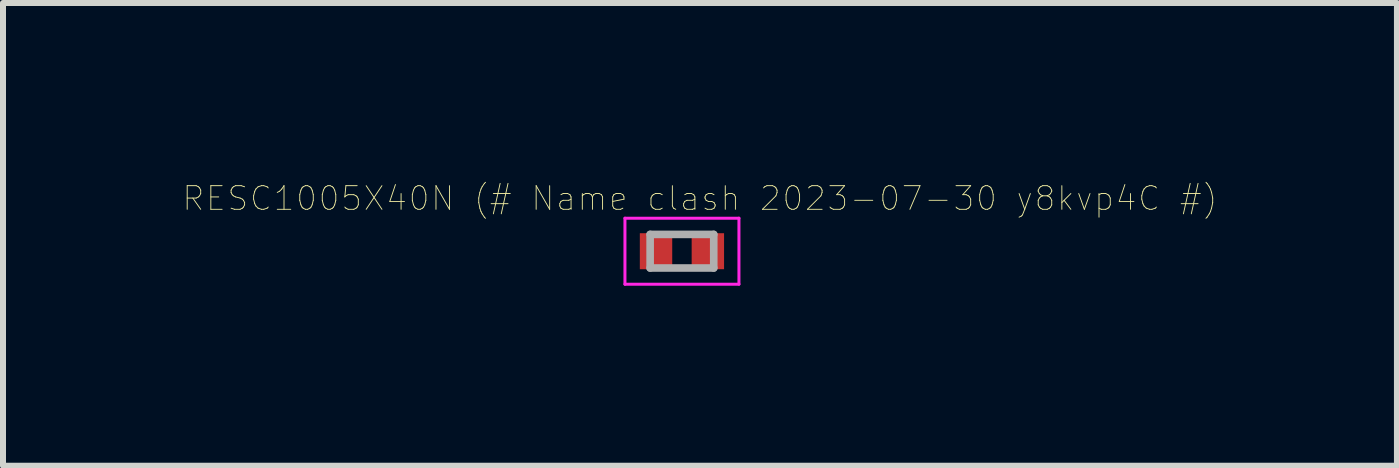
<source format=kicad_pcb>
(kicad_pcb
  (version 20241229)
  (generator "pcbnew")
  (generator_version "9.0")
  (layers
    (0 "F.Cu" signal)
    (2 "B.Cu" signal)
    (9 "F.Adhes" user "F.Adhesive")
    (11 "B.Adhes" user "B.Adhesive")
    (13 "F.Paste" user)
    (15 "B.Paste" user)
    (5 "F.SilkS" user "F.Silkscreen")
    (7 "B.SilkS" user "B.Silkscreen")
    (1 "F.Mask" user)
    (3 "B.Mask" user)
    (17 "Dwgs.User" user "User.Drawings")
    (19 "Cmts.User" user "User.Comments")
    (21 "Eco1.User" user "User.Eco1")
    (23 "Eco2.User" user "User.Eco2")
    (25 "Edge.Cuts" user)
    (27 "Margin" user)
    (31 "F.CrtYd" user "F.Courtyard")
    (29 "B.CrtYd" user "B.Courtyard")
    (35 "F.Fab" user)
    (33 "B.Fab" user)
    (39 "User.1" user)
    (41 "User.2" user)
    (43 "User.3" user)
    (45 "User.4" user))
  (footprint "RESC1005X40N (# Name clash 2023-07-30 y8kvp4C #)"
    (layer "F.Cu")
    (at 8.316 1.137)
    (property "Reference" "RESC1005X40N (# Name clash 2023-07-30 y8kvp4C #)" (at 0.3 -0.88 0) (layer "F.SilkS") (effects (font (size 0.394 0.394) (thickness 0.015))))
    (attr through_hole)
    (fp_line (start -0.95 -0.55) (end 0.95 -0.55) (stroke (width 0.05) (type solid)) (layer "F.CrtYd"))
    (fp_line (start -0.95 0.55) (end -0.95 -0.55) (stroke (width 0.05) (type solid)) (layer "F.CrtYd"))
    (fp_line (start -0.95 0.55) (end 0.95 0.55) (stroke (width 0.05) (type solid)) (layer "F.CrtYd"))
    (fp_line (start 0.95 0.55) (end 0.95 -0.55) (stroke (width 0.05) (type solid)) (layer "F.CrtYd"))
    (fp_line (start -0.53 0.28) (end -0.53 -0.28) (stroke (width 0.127) (type solid)) (layer "F.Fab"))
    (fp_line (start 0.53 -0.28) (end -0.53 -0.28) (stroke (width 0.127) (type solid)) (layer "F.Fab"))
    (fp_line (start 0.53 0.28) (end -0.53 0.28) (stroke (width 0.127) (type solid)) (layer "F.Fab"))
    (fp_line (start 0.53 0.28) (end 0.53 -0.28) (stroke (width 0.127) (type solid)) (layer "F.Fab"))
    (pad "1" smd rect (at -0.432 0) (size 0.54 0.6) (layers "F.Cu" "F.Mask" "F.Paste"))
    (pad "2" smd rect (at 0.432 0) (size 0.54 0.6) (layers "F.Cu" "F.Mask" "F.Paste")))
  (gr_rect
    (start -3 -3)
    (end 20.233 4.712)
    (stroke (width 0.1) (type default))
    (fill no)
    (layer "Edge.Cuts")))
</source>
